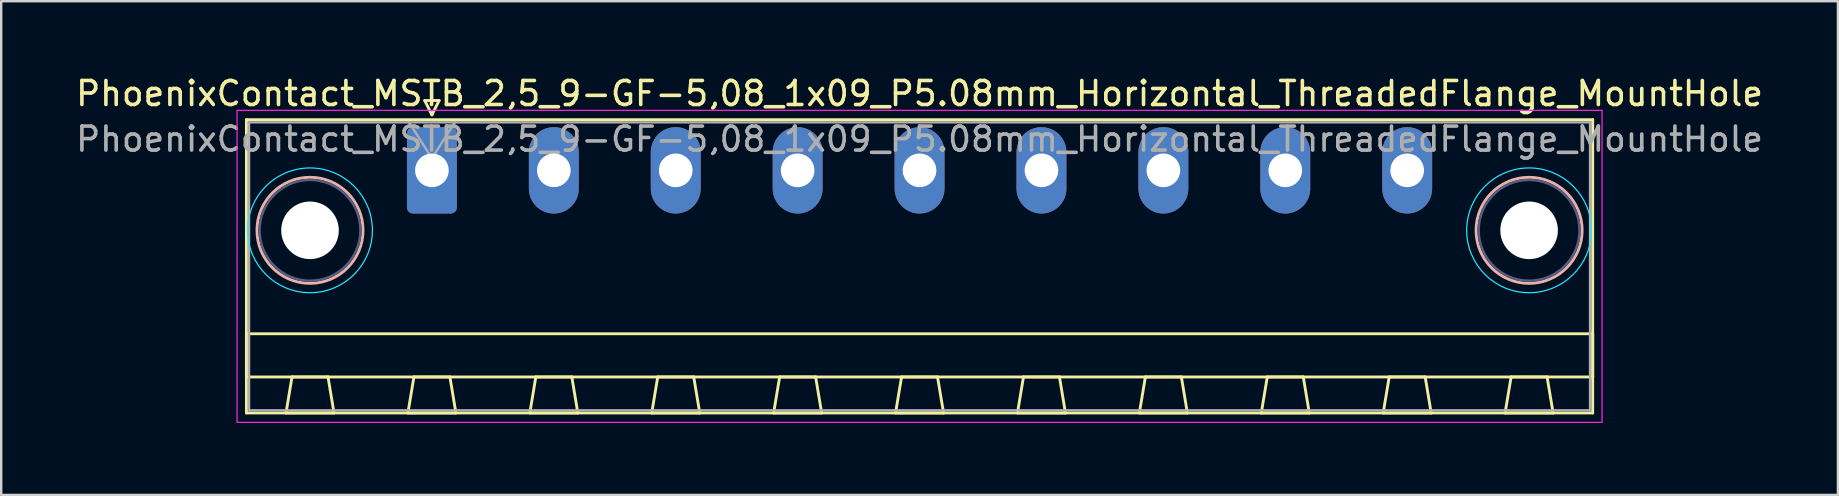
<source format=kicad_pcb>
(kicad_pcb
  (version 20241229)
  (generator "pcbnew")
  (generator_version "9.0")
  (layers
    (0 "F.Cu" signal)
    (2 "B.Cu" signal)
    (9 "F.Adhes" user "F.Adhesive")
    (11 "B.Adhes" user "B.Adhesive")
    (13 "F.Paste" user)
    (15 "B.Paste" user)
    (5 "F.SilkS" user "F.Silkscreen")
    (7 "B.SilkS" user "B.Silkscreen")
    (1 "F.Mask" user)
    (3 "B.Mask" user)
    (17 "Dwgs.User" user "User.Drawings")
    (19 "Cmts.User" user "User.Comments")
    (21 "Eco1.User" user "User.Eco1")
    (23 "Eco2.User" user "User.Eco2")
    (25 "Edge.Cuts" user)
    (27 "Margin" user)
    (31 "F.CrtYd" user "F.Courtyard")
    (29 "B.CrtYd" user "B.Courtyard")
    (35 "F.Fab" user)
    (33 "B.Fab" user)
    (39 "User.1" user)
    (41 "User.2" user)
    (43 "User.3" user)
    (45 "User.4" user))
  (footprint "PhoenixContact_MSTB_2,5_9-GF-5,08_1x09_P5.08mm_Horizontal_ThreadedFlange_MountHole"
    (layer "F.Cu")
    (at 14.948 4.048)
    (property "Reference" "PhoenixContact_MSTB_2,5_9-GF-5,08_1x09_P5.08mm_Horizontal_ThreadedFlange_MountHole" (at 20.32 -3.2 0) (layer "F.SilkS") (effects (font (size 1 1) (thickness 0.15))))
    (attr through_hole)
    (fp_line (start -7.73 -2.11) (end -7.73 10.11) (stroke (width 0.12) (type solid)) (layer "F.SilkS"))
    (fp_line (start -7.73 6.81) (end 48.37 6.81) (stroke (width 0.12) (type solid)) (layer "F.SilkS"))
    (fp_line (start -7.73 8.61) (end -7.73 6.81) (stroke (width 0.12) (type solid)) (layer "F.SilkS"))
    (fp_line (start -7.73 10.11) (end 48.37 10.11) (stroke (width 0.12) (type solid)) (layer "F.SilkS"))
    (fp_line (start -6.08 10.11) (end -4.08 10.11) (stroke (width 0.12) (type solid)) (layer "F.SilkS"))
    (fp_line (start -5.83 8.61) (end -6.08 10.11) (stroke (width 0.12) (type solid)) (layer "F.SilkS"))
    (fp_line (start -4.33 8.61) (end -5.83 8.61) (stroke (width 0.12) (type solid)) (layer "F.SilkS"))
    (fp_line (start -4.08 10.11) (end -4.33 8.61) (stroke (width 0.12) (type solid)) (layer "F.SilkS"))
    (fp_line (start -1 10.11) (end 1 10.11) (stroke (width 0.12) (type solid)) (layer "F.SilkS"))
    (fp_line (start -0.75 8.61) (end -1 10.11) (stroke (width 0.12) (type solid)) (layer "F.SilkS"))
    (fp_line (start -0.3 -2.91) (end 0.3 -2.91) (stroke (width 0.12) (type solid)) (layer "F.SilkS"))
    (fp_line (start 0 -2.31) (end -0.3 -2.91) (stroke (width 0.12) (type solid)) (layer "F.SilkS"))
    (fp_line (start 0.3 -2.91) (end 0 -2.31) (stroke (width 0.12) (type solid)) (layer "F.SilkS"))
    (fp_line (start 0.75 8.61) (end -0.75 8.61) (stroke (width 0.12) (type solid)) (layer "F.SilkS"))
    (fp_line (start 1 10.11) (end 0.75 8.61) (stroke (width 0.12) (type solid)) (layer "F.SilkS"))
    (fp_line (start 4.08 10.11) (end 6.08 10.11) (stroke (width 0.12) (type solid)) (layer "F.SilkS"))
    (fp_line (start 4.33 8.61) (end 4.08 10.11) (stroke (width 0.12) (type solid)) (layer "F.SilkS"))
    (fp_line (start 5.83 8.61) (end 4.33 8.61) (stroke (width 0.12) (type solid)) (layer "F.SilkS"))
    (fp_line (start 6.08 10.11) (end 5.83 8.61) (stroke (width 0.12) (type solid)) (layer "F.SilkS"))
    (fp_line (start 9.16 10.11) (end 11.16 10.11) (stroke (width 0.12) (type solid)) (layer "F.SilkS"))
    (fp_line (start 9.41 8.61) (end 9.16 10.11) (stroke (width 0.12) (type solid)) (layer "F.SilkS"))
    (fp_line (start 10.91 8.61) (end 9.41 8.61) (stroke (width 0.12) (type solid)) (layer "F.SilkS"))
    (fp_line (start 11.16 10.11) (end 10.91 8.61) (stroke (width 0.12) (type solid)) (layer "F.SilkS"))
    (fp_line (start 14.24 10.11) (end 16.24 10.11) (stroke (width 0.12) (type solid)) (layer "F.SilkS"))
    (fp_line (start 14.49 8.61) (end 14.24 10.11) (stroke (width 0.12) (type solid)) (layer "F.SilkS"))
    (fp_line (start 15.99 8.61) (end 14.49 8.61) (stroke (width 0.12) (type solid)) (layer "F.SilkS"))
    (fp_line (start 16.24 10.11) (end 15.99 8.61) (stroke (width 0.12) (type solid)) (layer "F.SilkS"))
    (fp_line (start 19.32 10.11) (end 21.32 10.11) (stroke (width 0.12) (type solid)) (layer "F.SilkS"))
    (fp_line (start 19.57 8.61) (end 19.32 10.11) (stroke (width 0.12) (type solid)) (layer "F.SilkS"))
    (fp_line (start 21.07 8.61) (end 19.57 8.61) (stroke (width 0.12) (type solid)) (layer "F.SilkS"))
    (fp_line (start 21.32 10.11) (end 21.07 8.61) (stroke (width 0.12) (type solid)) (layer "F.SilkS"))
    (fp_line (start 24.4 10.11) (end 26.4 10.11) (stroke (width 0.12) (type solid)) (layer "F.SilkS"))
    (fp_line (start 24.65 8.61) (end 24.4 10.11) (stroke (width 0.12) (type solid)) (layer "F.SilkS"))
    (fp_line (start 26.15 8.61) (end 24.65 8.61) (stroke (width 0.12) (type solid)) (layer "F.SilkS"))
    (fp_line (start 26.4 10.11) (end 26.15 8.61) (stroke (width 0.12) (type solid)) (layer "F.SilkS"))
    (fp_line (start 29.48 10.11) (end 31.48 10.11) (stroke (width 0.12) (type solid)) (layer "F.SilkS"))
    (fp_line (start 29.73 8.61) (end 29.48 10.11) (stroke (width 0.12) (type solid)) (layer "F.SilkS"))
    (fp_line (start 31.23 8.61) (end 29.73 8.61) (stroke (width 0.12) (type solid)) (layer "F.SilkS"))
    (fp_line (start 31.48 10.11) (end 31.23 8.61) (stroke (width 0.12) (type solid)) (layer "F.SilkS"))
    (fp_line (start 34.56 10.11) (end 36.56 10.11) (stroke (width 0.12) (type solid)) (layer "F.SilkS"))
    (fp_line (start 34.81 8.61) (end 34.56 10.11) (stroke (width 0.12) (type solid)) (layer "F.SilkS"))
    (fp_line (start 36.31 8.61) (end 34.81 8.61) (stroke (width 0.12) (type solid)) (layer "F.SilkS"))
    (fp_line (start 36.56 10.11) (end 36.31 8.61) (stroke (width 0.12) (type solid)) (layer "F.SilkS"))
    (fp_line (start 39.64 10.11) (end 41.64 10.11) (stroke (width 0.12) (type solid)) (layer "F.SilkS"))
    (fp_line (start 39.89 8.61) (end 39.64 10.11) (stroke (width 0.12) (type solid)) (layer "F.SilkS"))
    (fp_line (start 41.39 8.61) (end 39.89 8.61) (stroke (width 0.12) (type solid)) (layer "F.SilkS"))
    (fp_line (start 41.64 10.11) (end 41.39 8.61) (stroke (width 0.12) (type solid)) (layer "F.SilkS"))
    (fp_line (start 44.72 10.11) (end 46.72 10.11) (stroke (width 0.12) (type solid)) (layer "F.SilkS"))
    (fp_line (start 44.97 8.61) (end 44.72 10.11) (stroke (width 0.12) (type solid)) (layer "F.SilkS"))
    (fp_line (start 46.47 8.61) (end 44.97 8.61) (stroke (width 0.12) (type solid)) (layer "F.SilkS"))
    (fp_line (start 46.72 10.11) (end 46.47 8.61) (stroke (width 0.12) (type solid)) (layer "F.SilkS"))
    (fp_line (start 48.37 -2.11) (end -7.73 -2.11) (stroke (width 0.12) (type solid)) (layer "F.SilkS"))
    (fp_line (start 48.37 6.81) (end 48.37 8.61) (stroke (width 0.12) (type solid)) (layer "F.SilkS"))
    (fp_line (start 48.37 8.61) (end -7.73 8.61) (stroke (width 0.12) (type solid)) (layer "F.SilkS"))
    (fp_line (start 48.37 10.11) (end 48.37 -2.11) (stroke (width 0.12) (type solid)) (layer "F.SilkS"))
    (fp_circle (center -5.08 2.5) (end -2.87 2.5) (stroke (width 0.12) (type solid)) (fill no) (layer "B.SilkS"))
    (fp_circle (center 45.72 2.5) (end 47.93 2.5) (stroke (width 0.12) (type solid)) (fill no) (layer "B.SilkS"))
    (fp_circle (center -5.08 2.5) (end -2.48 2.5) (stroke (width 0.05) (type solid)) (fill no) (layer "B.CrtYd"))
    (fp_circle (center 45.72 2.5) (end 48.32 2.5) (stroke (width 0.05) (type solid)) (fill no) (layer "B.CrtYd"))
    (fp_line (start -8.12 -2.5) (end -8.12 10.5) (stroke (width 0.05) (type solid)) (layer "F.CrtYd"))
    (fp_line (start -8.12 10.5) (end 48.76 10.5) (stroke (width 0.05) (type solid)) (layer "F.CrtYd"))
    (fp_line (start 48.76 -2.5) (end -8.12 -2.5) (stroke (width 0.05) (type solid)) (layer "F.CrtYd"))
    (fp_line (start 48.76 10.5) (end 48.76 -2.5) (stroke (width 0.05) (type solid)) (layer "F.CrtYd"))
    (fp_circle (center -5.08 2.5) (end -2.98 2.5) (stroke (width 0.1) (type solid)) (fill no) (layer "B.Fab"))
    (fp_circle (center 45.72 2.5) (end 47.82 2.5) (stroke (width 0.1) (type solid)) (fill no) (layer "B.Fab"))
    (fp_line (start -7.62 -2) (end -7.62 10) (stroke (width 0.1) (type solid)) (layer "F.Fab"))
    (fp_line (start -7.62 10) (end 48.26 10) (stroke (width 0.1) (type solid)) (layer "F.Fab"))
    (fp_line (start 0 -0.5) (end -0.95 -2) (stroke (width 0.1) (type solid)) (layer "F.Fab"))
    (fp_line (start 0.95 -2) (end 0 -0.5) (stroke (width 0.1) (type solid)) (layer "F.Fab"))
    (fp_line (start 48.26 -2) (end -7.62 -2) (stroke (width 0.1) (type solid)) (layer "F.Fab"))
    (fp_line (start 48.26 10) (end 48.26 -2) (stroke (width 0.1) (type solid)) (layer "F.Fab"))
    (fp_text user "${REFERENCE}" (at 20.32 -1.3 0) (layer "F.Fab") (effects (font (size 1 1) (thickness 0.15))))
    (pad "" np_thru_hole circle (at -5.08 2.5) (size 2.4 2.4) (drill 2.4) (layers "*.Cu" "*.Mask"))
    (pad "" np_thru_hole circle (at 45.72 2.5) (size 2.4 2.4) (drill 2.4) (layers "*.Cu" "*.Mask"))
    (pad "1" thru_hole roundrect (at 0 0) (size 2.08 3.6) (drill 1.4) (layers "*.Cu" "*.Mask") (roundrect_rratio 0.12))
    (pad "2" thru_hole oval (at 5.08 0) (size 2.08 3.6) (drill 1.4) (layers "*.Cu" "*.Mask"))
    (pad "3" thru_hole oval (at 10.16 0) (size 2.08 3.6) (drill 1.4) (layers "*.Cu" "*.Mask"))
    (pad "4" thru_hole oval (at 15.24 0) (size 2.08 3.6) (drill 1.4) (layers "*.Cu" "*.Mask"))
    (pad "5" thru_hole oval (at 20.32 0) (size 2.08 3.6) (drill 1.4) (layers "*.Cu" "*.Mask"))
    (pad "6" thru_hole oval (at 25.4 0) (size 2.08 3.6) (drill 1.4) (layers "*.Cu" "*.Mask"))
    (pad "7" thru_hole oval (at 30.48 0) (size 2.08 3.6) (drill 1.4) (layers "*.Cu" "*.Mask"))
    (pad "8" thru_hole oval (at 35.56 0) (size 2.08 3.6) (drill 1.4) (layers "*.Cu" "*.Mask"))
    (pad "9" thru_hole oval (at 40.64 0) (size 2.08 3.6) (drill 1.4) (layers "*.Cu" "*.Mask")))
  (gr_rect
    (start -3 -3)
    (end 73.536 17.573)
    (stroke (width 0.1) (type default))
    (fill no)
    (layer "Edge.Cuts")))
</source>
